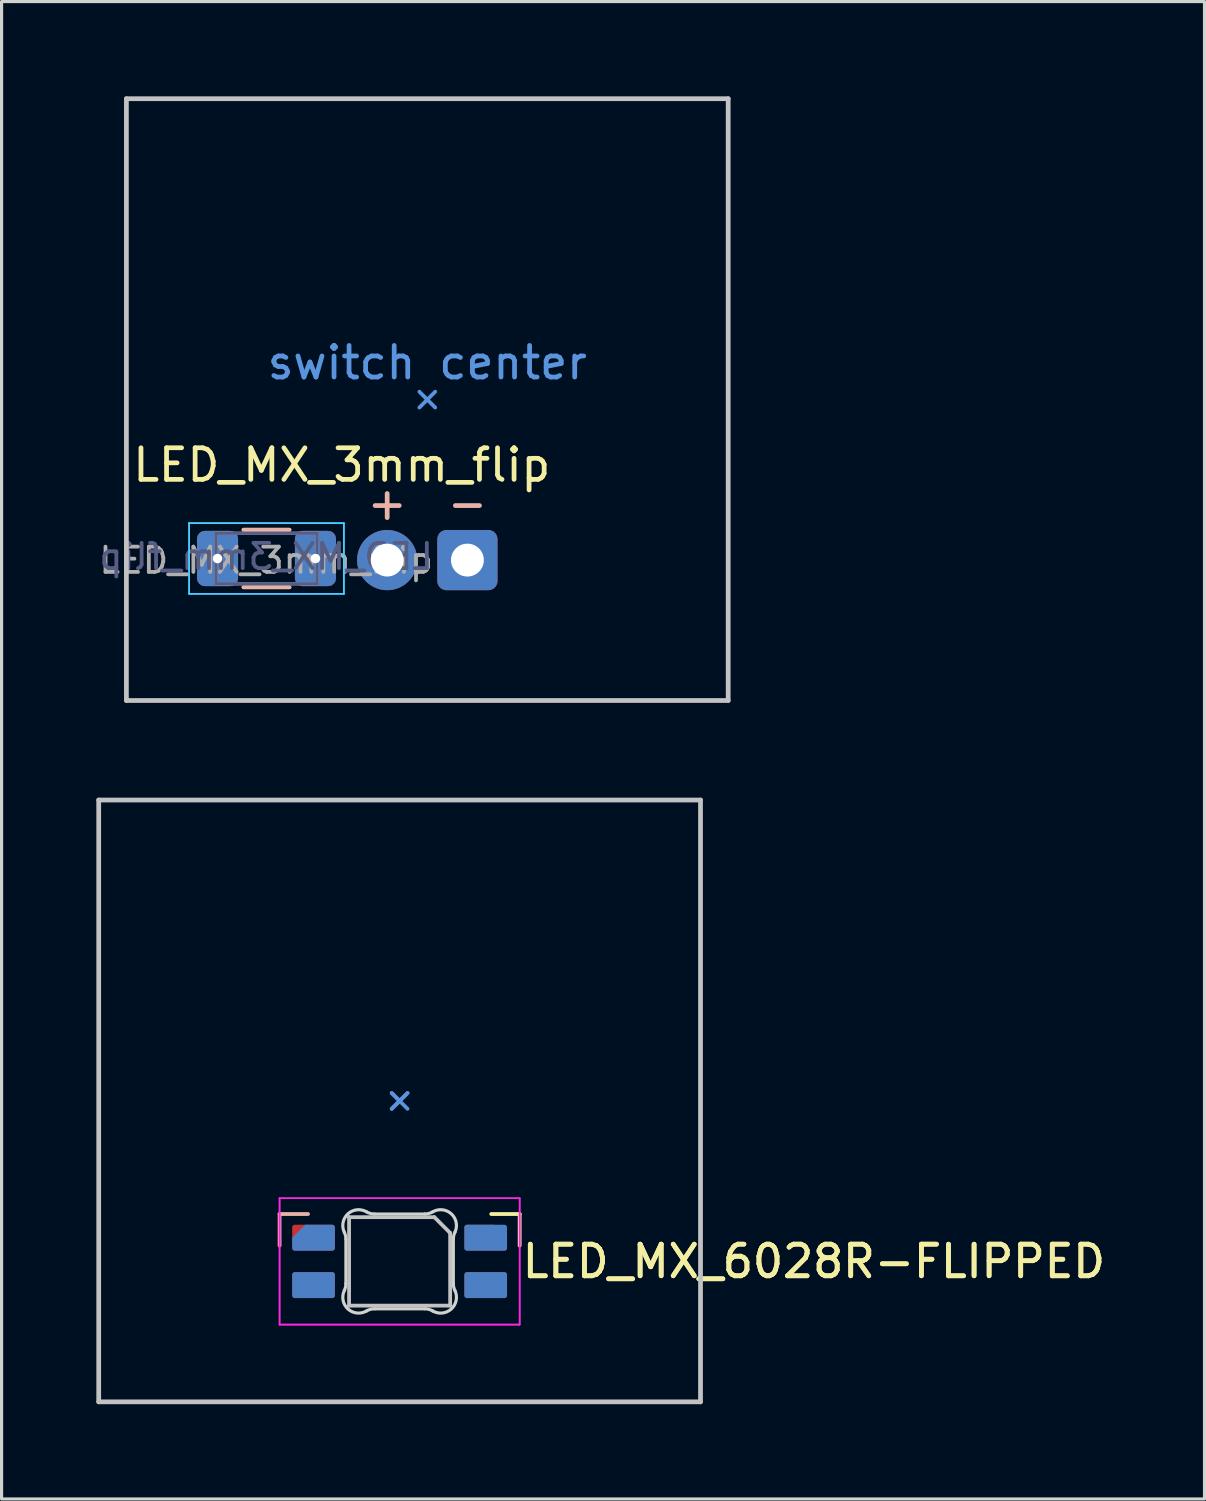
<source format=kicad_pcb>
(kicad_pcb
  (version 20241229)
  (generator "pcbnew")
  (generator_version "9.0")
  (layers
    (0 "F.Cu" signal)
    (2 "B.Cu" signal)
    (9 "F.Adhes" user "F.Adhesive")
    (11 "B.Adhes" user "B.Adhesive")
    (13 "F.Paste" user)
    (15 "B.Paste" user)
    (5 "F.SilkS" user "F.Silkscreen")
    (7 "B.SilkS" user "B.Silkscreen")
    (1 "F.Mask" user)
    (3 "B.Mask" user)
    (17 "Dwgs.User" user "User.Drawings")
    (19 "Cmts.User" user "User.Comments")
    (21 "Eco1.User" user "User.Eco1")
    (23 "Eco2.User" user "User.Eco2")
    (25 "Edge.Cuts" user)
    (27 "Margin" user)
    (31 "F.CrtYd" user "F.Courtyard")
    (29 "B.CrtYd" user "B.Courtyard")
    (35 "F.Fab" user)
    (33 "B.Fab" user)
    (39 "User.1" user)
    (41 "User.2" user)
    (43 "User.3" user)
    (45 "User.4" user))
  (footprint "LED_MX_3mm_flip"
    (layer "F.Cu")
    (at 10.476 9.6)
    (property "Reference" "LED_MX_3mm_flip" (at -9.4 2.07 0) (layer "F.SilkS") (effects (font (size 1 1) (thickness 0.15)) (justify left)))
    (attr through_hole exclude_from_pos_files)
    (fp_line (start -5.817 4.12) (end -4.363 4.12) (stroke (width 0.12) (type solid)) (layer "F.SilkS"))
    (fp_line (start -5.817 5.94) (end -4.363 5.94) (stroke (width 0.12) (type solid)) (layer "F.SilkS"))
    (fp_line (start -5.817 4.12) (end -4.363 4.12) (stroke (width 0.12) (type solid)) (layer "B.SilkS"))
    (fp_line (start -5.817 5.94) (end -4.363 5.94) (stroke (width 0.12) (type solid)) (layer "B.SilkS"))
    (fp_line (start -9.525 -9.525) (end 9.525 -9.525) (stroke (width 0.15) (type solid)) (layer "Dwgs.User"))
    (fp_line (start -9.525 9.525) (end -9.525 -9.525) (stroke (width 0.15) (type solid)) (layer "Dwgs.User"))
    (fp_line (start 9.525 -9.525) (end 9.525 9.525) (stroke (width 0.15) (type solid)) (layer "Dwgs.User"))
    (fp_line (start 9.525 9.525) (end -9.525 9.525) (stroke (width 0.15) (type solid)) (layer "Dwgs.User"))
    (fp_line (start -0.25 0.25) (end 0 0) (stroke (width 0.12) (type solid)) (layer "Cmts.User"))
    (fp_line (start 0 0) (end -0.25 -0.25) (stroke (width 0.12) (type solid)) (layer "Cmts.User"))
    (fp_line (start 0 0) (end 0.25 -0.25) (stroke (width 0.12) (type solid)) (layer "Cmts.User"))
    (fp_line (start 0.25 0.25) (end 0 0) (stroke (width 0.12) (type solid)) (layer "Cmts.User"))
    (fp_line (start -7.54 3.91) (end -7.54 6.15) (stroke (width 0.05) (type solid)) (layer "B.CrtYd"))
    (fp_line (start -7.54 6.15) (end -2.64 6.15) (stroke (width 0.05) (type solid)) (layer "B.CrtYd"))
    (fp_line (start -2.64 3.91) (end -7.54 3.91) (stroke (width 0.05) (type solid)) (layer "B.CrtYd"))
    (fp_line (start -2.64 6.15) (end -2.64 3.91) (stroke (width 0.05) (type solid)) (layer "B.CrtYd"))
    (fp_line (start -7.54 3.91) (end -2.64 3.91) (stroke (width 0.05) (type solid)) (layer "F.CrtYd"))
    (fp_line (start -7.54 6.15) (end -7.54 3.91) (stroke (width 0.05) (type solid)) (layer "F.CrtYd"))
    (fp_line (start -2.64 3.91) (end -2.64 6.15) (stroke (width 0.05) (type solid)) (layer "F.CrtYd"))
    (fp_line (start -2.64 6.15) (end -7.54 6.15) (stroke (width 0.05) (type solid)) (layer "F.CrtYd"))
    (fp_line (start -6.69 4.23) (end -6.69 5.83) (stroke (width 0.1) (type solid)) (layer "B.Fab"))
    (fp_line (start -6.69 5.83) (end -3.49 5.83) (stroke (width 0.1) (type solid)) (layer "B.Fab"))
    (fp_line (start -3.49 4.23) (end -6.69 4.23) (stroke (width 0.1) (type solid)) (layer "B.Fab"))
    (fp_line (start -3.49 5.83) (end -3.49 4.23) (stroke (width 0.1) (type solid)) (layer "B.Fab"))
    (fp_line (start -6.69 4.23) (end -3.49 4.23) (stroke (width 0.1) (type solid)) (layer "F.Fab"))
    (fp_line (start -6.69 5.83) (end -6.69 4.23) (stroke (width 0.1) (type solid)) (layer "F.Fab"))
    (fp_line (start -3.49 4.23) (end -3.49 5.83) (stroke (width 0.1) (type solid)) (layer "F.Fab"))
    (fp_line (start -3.49 5.83) (end -6.69 5.83) (stroke (width 0.1) (type solid)) (layer "F.Fab"))
    (fp_text user "+" (at -1.27 3.28 0) (layer "B.SilkS") (effects (font (size 1 1) (thickness 0.15))))
    (fp_text user "-" (at 1.27 3.28 0) (layer "B.SilkS") (effects (font (size 1 1) (thickness 0.15))))
    (fp_text user "switch center" (at 0 -1.17 0) (layer "Cmts.User") (effects (font (size 1 1) (thickness 0.15))))
    (fp_text user "${REFERENCE}" (at -5.1 4.97 180) (layer "B.Fab") (effects (font (size 0.8 0.8) (thickness 0.12)) (justify mirror)))
    (fp_text user "${REFERENCE}" (at -5.1 5.09 0) (layer "F.Fab") (effects (font (size 0.8 0.8) (thickness 0.12))))
    (pad "0" thru_hole circle (at -3.54 5.03) (size 0.6 0.6) (drill 0.3) (layers "*.Cu" "*.Mask"))
    (pad "0" smd roundrect (at -3.54 5.03) (size 1.3 1.75) (layers "F.Cu" "F.Mask" "F.Paste") (roundrect_rratio 0.192))
    (pad "0" smd roundrect (at -3.54 5.03 180) (size 1.3 1.75) (layers "B.Cu" "B.Mask" "B.Paste") (roundrect_rratio 0.192))
    (pad "0" thru_hole roundrect (at 1.27 5.08) (size 1.905 1.905) (drill 1.04) (layers "*.Cu" "B.Mask") (roundrect_rratio 0.15))
    (pad "1" thru_hole circle (at -6.64 5.03) (size 0.6 0.6) (drill 0.3) (layers "*.Cu" "*.Mask"))
    (pad "1" smd roundrect (at -6.64 5.03) (size 1.3 1.75) (layers "F.Cu" "F.Mask" "F.Paste") (roundrect_rratio 0.192))
    (pad "1" smd roundrect (at -6.64 5.03 180) (size 1.3 1.75) (layers "B.Cu" "B.Mask" "B.Paste") (roundrect_rratio 0.192))
    (pad "2" thru_hole circle (at -1.27 5.08) (size 1.905 1.905) (drill 1.04) (layers "*.Cu" "B.Mask")))
  (footprint "LED_MX_6028R-FLIPPED"
    (layer "F.Cu")
    (at 9.6 31.8)
    (property "Reference" "LED_MX_6028R-FLIPPED" (at 3.8 5.08 0) (layer "F.SilkS") (effects (font (size 1 1) (thickness 0.15)) (justify left)))
    (attr smd)
    (fp_line (start 3.8 3.58) (end 2.9 3.58) (stroke (width 0.12) (type solid)) (layer "F.SilkS"))
    (fp_line (start 3.8 4.58) (end 3.8 3.58) (stroke (width 0.12) (type solid)) (layer "F.SilkS"))
    (fp_line (start -3.8 3.58) (end -2.9 3.58) (stroke (width 0.12) (type solid)) (layer "B.SilkS"))
    (fp_line (start -3.8 4.58) (end -3.8 3.58) (stroke (width 0.12) (type solid)) (layer "B.SilkS"))
    (fp_line (start -9.525 -9.525) (end -9.525 9.525) (stroke (width 0.15) (type solid)) (layer "Dwgs.User"))
    (fp_line (start -9.525 9.525) (end 9.525 9.525) (stroke (width 0.15) (type solid)) (layer "Dwgs.User"))
    (fp_line (start -1.6 3.68) (end 1.1 3.68) (stroke (width 0.12) (type solid)) (layer "Dwgs.User"))
    (fp_line (start -1.6 6.48) (end -1.6 3.68) (stroke (width 0.12) (type solid)) (layer "Dwgs.User"))
    (fp_line (start 1.6 4.18) (end 1.1 3.68) (stroke (width 0.12) (type solid)) (layer "Dwgs.User"))
    (fp_line (start 1.6 4.18) (end 1.6 6.48) (stroke (width 0.12) (type solid)) (layer "Dwgs.User"))
    (fp_line (start 1.6 6.48) (end -1.6 6.48) (stroke (width 0.12) (type solid)) (layer "Dwgs.User"))
    (fp_line (start 9.525 -9.525) (end -9.525 -9.525) (stroke (width 0.15) (type solid)) (layer "Dwgs.User"))
    (fp_line (start 9.525 9.525) (end 9.525 -9.525) (stroke (width 0.15) (type solid)) (layer "Dwgs.User"))
    (fp_line (start -0.25 0.25) (end 0 0) (stroke (width 0.12) (type solid)) (layer "Cmts.User"))
    (fp_line (start -0.25 0.25) (end 0 0) (stroke (width 0.12) (type solid)) (layer "Cmts.User"))
    (fp_line (start 0 0) (end -0.25 -0.25) (stroke (width 0.12) (type solid)) (layer "Cmts.User"))
    (fp_line (start 0 0) (end -0.25 -0.25) (stroke (width 0.12) (type solid)) (layer "Cmts.User"))
    (fp_line (start 0 0) (end 0.25 -0.25) (stroke (width 0.12) (type solid)) (layer "Cmts.User"))
    (fp_line (start 0 0) (end 0.25 -0.25) (stroke (width 0.12) (type solid)) (layer "Cmts.User"))
    (fp_line (start 0.25 0.25) (end 0 0) (stroke (width 0.12) (type solid)) (layer "Cmts.User"))
    (fp_line (start -1.7 4.377) (end -1.7 5.783) (stroke (width 0.1) (type solid)) (layer "Edge.Cuts"))
    (fp_line (start -0.794 6.58) (end 0.794 6.58) (stroke (width 0.1) (type solid)) (layer "Edge.Cuts"))
    (fp_line (start 0.794 3.58) (end -0.794 3.58) (stroke (width 0.1) (type solid)) (layer "Edge.Cuts"))
    (fp_line (start 1.7 5.783) (end 1.7 4.377) (stroke (width 0.1) (type solid)) (layer "Edge.Cuts"))
    (fp_arc (start -1.749484 4.160281) (mid -1.712527 4.265933) (end -1.699999 4.377158) (stroke (width 0.1) (type solid)) (layer "Edge.Cuts"))
    (fp_arc (start -1.749484 4.160281) (mid -1.63807 3.575967) (end -1.046711 3.511704) (stroke (width 0.1) (type solid)) (layer "Edge.Cuts"))
    (fp_arc (start -1.699999 5.782843) (mid -1.712527 5.894069) (end -1.749484 5.999721) (stroke (width 0.1) (type solid)) (layer "Edge.Cuts"))
    (fp_arc (start -1.046711 6.6483) (mid -1.638071 6.584036) (end -1.749484 5.999721) (stroke (width 0.1) (type solid)) (layer "Edge.Cuts"))
    (fp_arc (start -1.046711 6.6483) (mid -0.925123 6.597378) (end -0.794453 6.580001) (stroke (width 0.1) (type solid)) (layer "Edge.Cuts"))
    (fp_arc (start -0.794452 3.580001) (mid -0.925122 3.562624) (end -1.04671 3.511702) (stroke (width 0.1) (type solid)) (layer "Edge.Cuts"))
    (fp_arc (start 0.794453 6.58) (mid 0.925123 6.597377) (end 1.046711 6.648299) (stroke (width 0.1) (type solid)) (layer "Edge.Cuts"))
    (fp_arc (start 1.046711 3.511702) (mid 0.925123 3.562624) (end 0.794452 3.580001) (stroke (width 0.1) (type solid)) (layer "Edge.Cuts"))
    (fp_arc (start 1.046711 3.511702) (mid 1.638071 3.575965) (end 1.749484 4.160282) (stroke (width 0.1) (type solid)) (layer "Edge.Cuts"))
    (fp_arc (start 1.699999 4.377159) (mid 1.712528 4.265933) (end 1.749484 4.160281) (stroke (width 0.1) (type solid)) (layer "Edge.Cuts"))
    (fp_arc (start 1.749484 5.999721) (mid 1.63807 6.584035) (end 1.046711 6.648299) (stroke (width 0.1) (type solid)) (layer "Edge.Cuts"))
    (fp_arc (start 1.749484 5.999721) (mid 1.712518 5.89407) (end 1.699999 5.782844) (stroke (width 0.1) (type solid)) (layer "Edge.Cuts"))
    (fp_line (start -3.8 3.08) (end 3.8 3.08) (stroke (width 0.05) (type solid)) (layer "F.CrtYd"))
    (fp_line (start -3.8 3.08) (end 3.8 3.08) (stroke (width 0.05) (type solid)) (layer "F.CrtYd"))
    (fp_line (start -3.8 7.08) (end -3.8 3.08) (stroke (width 0.05) (type solid)) (layer "F.CrtYd"))
    (fp_line (start -3.8 7.08) (end -3.8 3.08) (stroke (width 0.05) (type solid)) (layer "F.CrtYd"))
    (fp_line (start 3.8 3.08) (end 3.8 7.08) (stroke (width 0.05) (type solid)) (layer "F.CrtYd"))
    (fp_line (start 3.8 3.08) (end 3.8 7.08) (stroke (width 0.05) (type solid)) (layer "F.CrtYd"))
    (fp_line (start 3.8 7.08) (end -3.8 7.08) (stroke (width 0.05) (type solid)) (layer "F.CrtYd"))
    (fp_line (start 3.8 7.08) (end -3.8 7.08) (stroke (width 0.05) (type solid)) (layer "F.CrtYd"))
    (fp_text user "${REFERENCE}" (at 3.8 5.08 0) (layer "F.SilkS") (effects (font (size 1 1) (thickness 0.15)) (justify left)))
    (pad "1" smd roundrect (at -2.725 5.83 270) (size 0.82 1.35) (layers "F.Cu" "F.Mask" "F.Paste") (roundrect_rratio 0.1))
    (pad "1" smd roundrect (at 2.725 5.83 90) (size 0.82 1.35) (layers "B.Cu" "B.Mask" "B.Paste") (roundrect_rratio 0.1))
    (pad "2" smd roundrect (at -2.725 4.33 270) (size 0.82 1.35) (layers "F.Cu" "F.Mask" "F.Paste") (roundrect_rratio 0.1))
    (pad "2" smd roundrect (at 2.725 4.33 90) (size 0.82 1.35) (layers "B.Cu" "B.Mask" "B.Paste") (roundrect_rratio 0.1))
    (pad "3" smd roundrect (at -2.725 5.83 90) (size 0.82 1.35) (layers "B.Cu" "B.Mask" "B.Paste") (roundrect_rratio 0.1))
    (pad "3" smd roundrect (at 2.725 5.83 270) (size 0.82 1.35) (layers "F.Cu" "F.Mask" "F.Paste") (roundrect_rratio 0.1))
    (pad "4" smd roundrect (at -2.725 4.33 90) (size 0.82 1.35) (layers "B.Cu" "B.Mask" "B.Paste") (roundrect_rratio 0.1) (chamfer_ratio 0.5) (chamfer top_right))
    (pad "4" smd roundrect (at 2.725 4.33 270) (size 0.82 1.35) (layers "F.Cu" "F.Mask" "F.Paste") (roundrect_rratio 0.1) (chamfer_ratio 0.5) (chamfer top_left)))
  (gr_rect
    (start -3 -3)
    (end 35.079 44.4)
    (stroke (width 0.1) (type default))
    (fill no)
    (layer "Edge.Cuts")))
</source>
